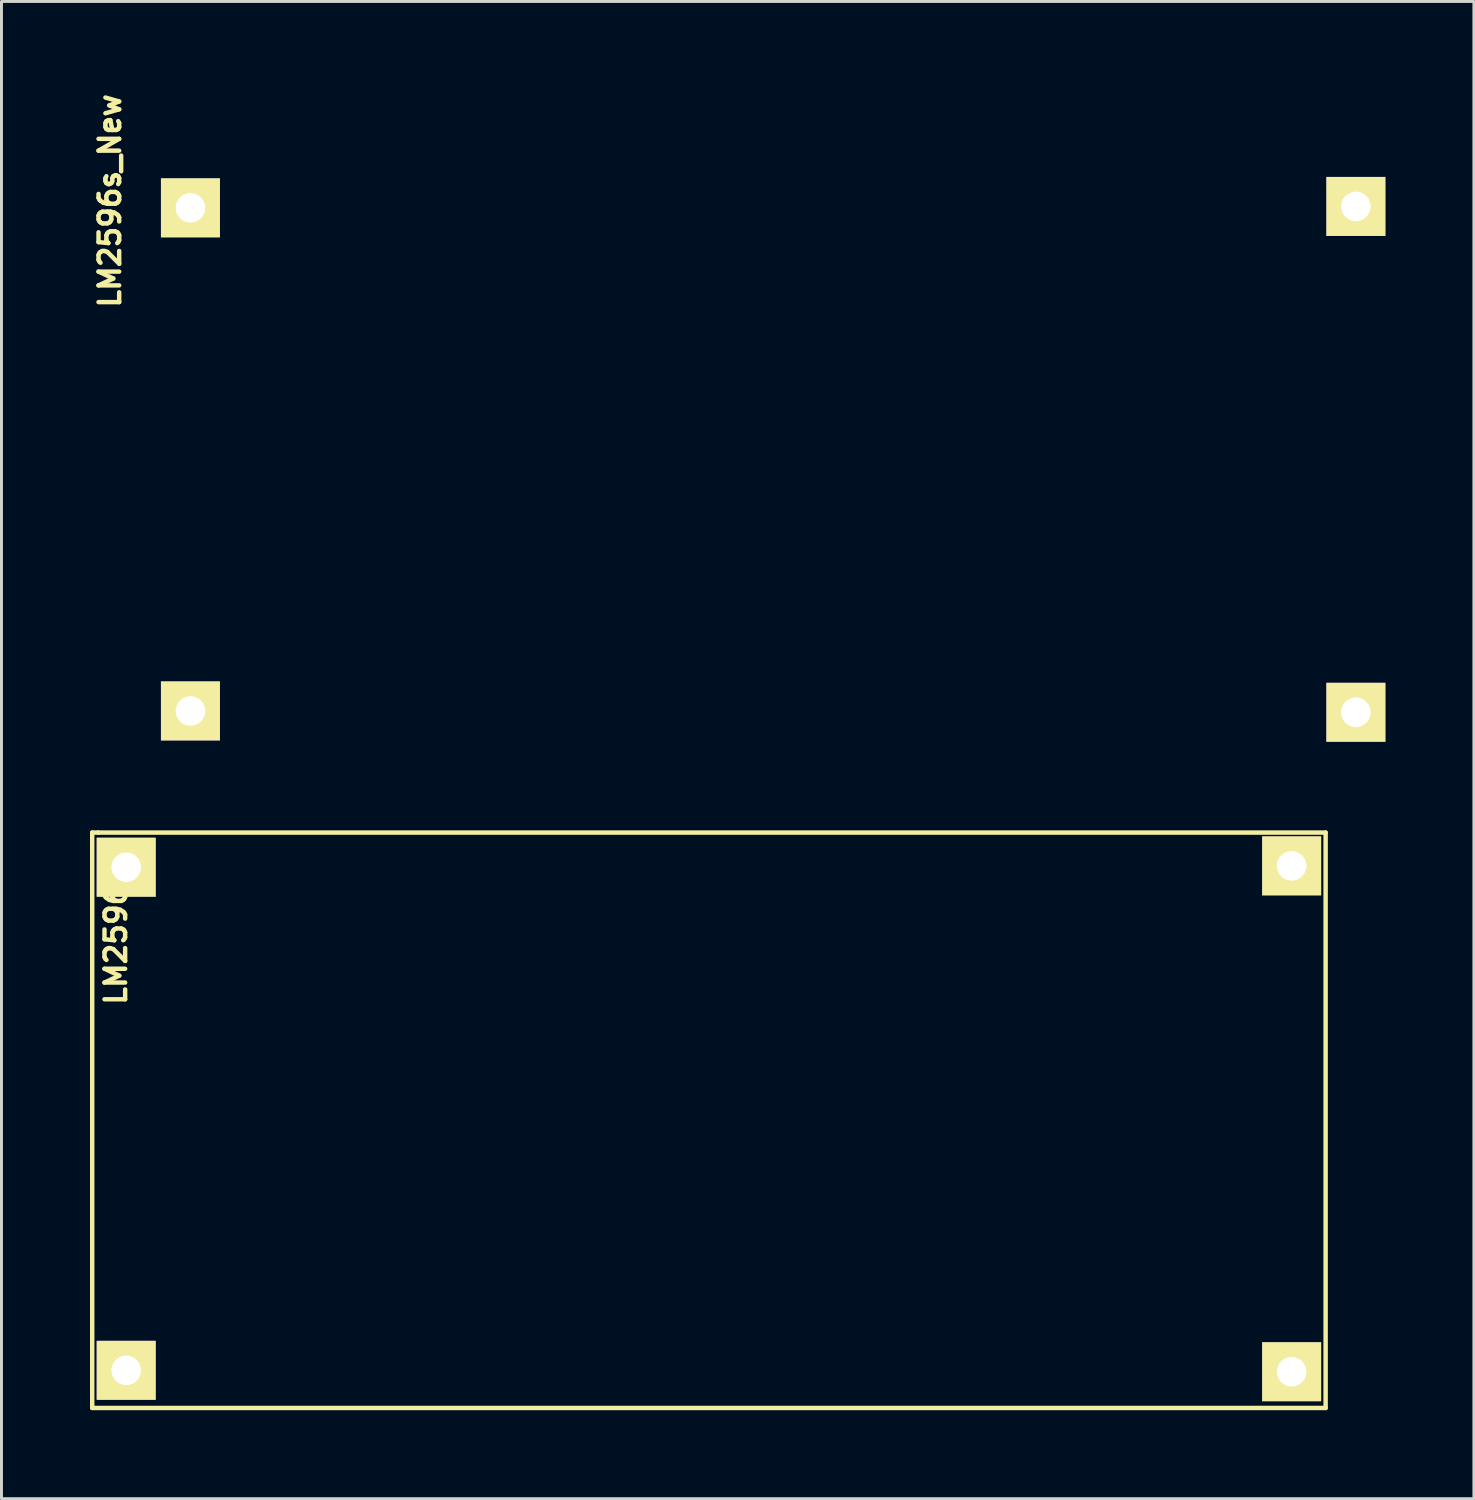
<source format=kicad_pcb>
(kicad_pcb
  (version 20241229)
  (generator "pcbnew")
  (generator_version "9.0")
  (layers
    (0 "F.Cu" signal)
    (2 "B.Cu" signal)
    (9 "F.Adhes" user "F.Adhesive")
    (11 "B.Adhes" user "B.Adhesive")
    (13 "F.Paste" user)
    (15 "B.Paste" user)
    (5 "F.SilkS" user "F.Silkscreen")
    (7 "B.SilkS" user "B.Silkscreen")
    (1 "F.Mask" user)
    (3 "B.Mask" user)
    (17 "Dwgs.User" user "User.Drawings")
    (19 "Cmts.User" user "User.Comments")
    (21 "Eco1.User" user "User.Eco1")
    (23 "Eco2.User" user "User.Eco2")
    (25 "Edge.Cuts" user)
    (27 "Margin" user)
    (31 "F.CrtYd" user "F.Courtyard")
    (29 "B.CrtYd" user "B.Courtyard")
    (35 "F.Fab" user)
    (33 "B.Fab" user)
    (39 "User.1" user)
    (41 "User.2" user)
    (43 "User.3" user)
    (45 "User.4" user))
  (footprint "LM2596s_New"
    (layer "F.Cu")
    (at 23.152 12.518)
    (property "Reference" "LM2596s_New" (at -22.479 -8.763 90) (layer "F.SilkS") (effects (font (size 0.7 0.7) (thickness 0.15))))
    (attr through_hole)
    (pad "1" thru_hole rect (at -19.748 -8.525) (size 1.999 1.999) (drill 1.001) (layers "*.Cu" "*.Mask" "F.SilkS"))
    (pad "2" thru_hole rect (at 19.748 -8.572) (size 1.999 1.999) (drill 1.001) (layers "*.Cu" "*.Mask" "F.SilkS"))
    (pad "3" thru_hole rect (at -19.748 8.525) (size 1.999 1.999) (drill 1.001) (layers "*.Cu" "*.Mask" "F.SilkS"))
    (pad "4" thru_hole rect (at 19.748 8.572) (size 1.999 1.999) (drill 1.001) (layers "*.Cu" "*.Mask" "F.SilkS")))
  (footprint "LM2596"
    (layer "F.Cu")
    (at 20.975 34.865)
    (property "Reference" "LM2596" (at -20.1 -5.9 90) (layer "F.SilkS") (effects (font (size 0.7 0.7) (thickness 0.15))))
    (attr through_hole)
    (fp_line (start -20.9 -9.7) (end -20.7 -9.7) (stroke (width 0.15) (type solid)) (layer "F.SilkS"))
    (fp_line (start -20.9 9.8) (end -20.9 -9.7) (stroke (width 0.15) (type solid)) (layer "F.SilkS"))
    (fp_line (start -20.7 -9.7) (end 20.9 -9.7) (stroke (width 0.15) (type solid)) (layer "F.SilkS"))
    (fp_line (start 20.9 -9.7) (end 20.9 9.8) (stroke (width 0.15) (type solid)) (layer "F.SilkS"))
    (fp_line (start 20.9 9.8) (end -20.9 9.8) (stroke (width 0.15) (type solid)) (layer "F.SilkS"))
    (pad "1" thru_hole rect (at -19.748 -8.525) (size 1.999 1.999) (drill 1.001) (layers "*.Cu" "*.Mask" "F.SilkS"))
    (pad "2" thru_hole rect (at 19.748 -8.572) (size 1.999 1.999) (drill 1.001) (layers "*.Cu" "*.Mask" "F.SilkS"))
    (pad "3" thru_hole rect (at -19.748 8.525) (size 1.999 1.999) (drill 1.001) (layers "*.Cu" "*.Mask" "F.SilkS"))
    (pad "4" thru_hole rect (at 19.748 8.572) (size 1.999 1.999) (drill 1.001) (layers "*.Cu" "*.Mask" "F.SilkS")))
  (gr_rect
    (start -3 -3)
    (end 46.9 47.74)
    (stroke (width 0.1) (type default))
    (fill no)
    (layer "Edge.Cuts")))
</source>
